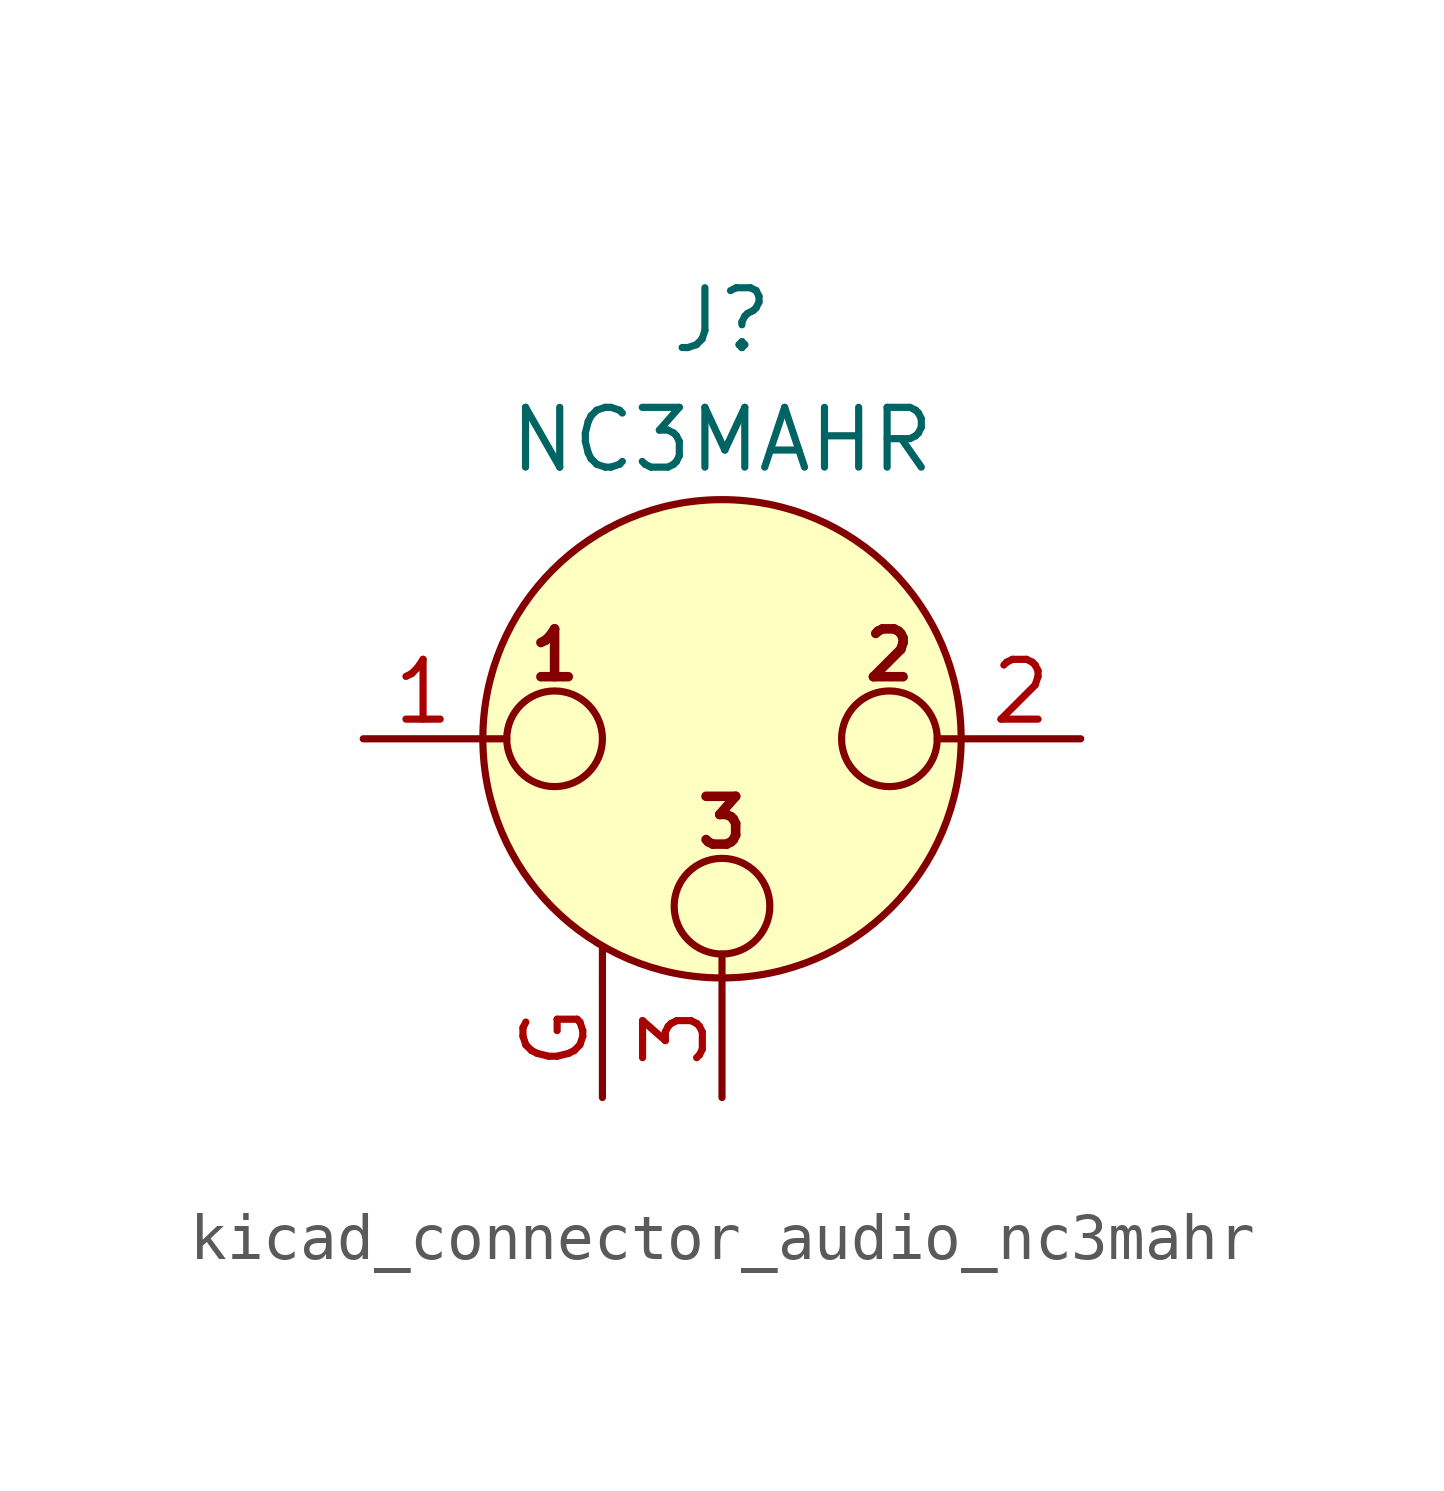
<source format=kicad_sym>
(kicad_symbol_lib
  (version 20220914)
  (generator kicad_symbol_editor)
  (symbol "kicad_connector_audio_nc3mahr"
    (pin_names hide)
    (property "Reference" "J"
      (at 0 8.89 0)
      (effects (font (size 1.27 1.27))))
    (property "Value" "NC3MAHR"
      (at 0 6.35 0)
      (effects (font (size 1.27 1.27))))
    (symbol "kicad_connector_audio_nc3mahr_0_1"
      (circle (center -3.556 0) (radius 1.016) (stroke (width 0) (type default)) (fill (type none)))
      (circle (center 0 -3.556) (radius 1.016) (stroke (width 0) (type default)) (fill (type none)))
      (polyline (pts (xy -5.08 0) (xy -4.572 0)) (stroke (width 0) (type default)) (fill (type none)))
      (polyline (pts (xy -2.54 -5.08) (xy -2.54 -4.445)) (stroke (width 0) (type default)) (fill (type none)))
      (polyline (pts (xy 0 -5.08) (xy 0 -4.572)) (stroke (width 0) (type default)) (fill (type none)))
      (polyline (pts (xy 5.08 0) (xy 4.572 0)) (stroke (width 0) (type default)) (fill (type none)))
      (circle (center 0 0) (radius 5.08) (stroke (width 0) (type default)) (fill (type background)))
      (circle (center 3.556 0) (radius 1.016) (stroke (width 0) (type default)) (fill (type none)))
      (text "1" (at -3.556 1.778 0) (effects (font (size 1.016 1.016) bold)))
      (text "2" (at 3.556 1.778 0) (effects (font (size 1.016 1.016) bold)))
      (text "3" (at 0 -1.778 0) (effects (font (size 1.016 1.016) bold)))
      (pin passive line (at -7.62 0 0) (length 2.54) (name "~" (effects (font (size 1.27 1.27)))) (number "1" (effects (font (size 1.27 1.27)))))
      (pin passive line (at 7.62 0 180) (length 2.54) (name "~" (effects (font (size 1.27 1.27)))) (number "2" (effects (font (size 1.27 1.27)))))
      (pin passive line (at 0 -7.62 90) (length 2.54) (name "~" (effects (font (size 1.27 1.27)))) (number "3" (effects (font (size 1.27 1.27))))))
    (symbol "kicad_connector_audio_nc3mahr_1_1"
      (pin passive line (at -2.54 -7.62 90) (length 2.54) (name "~" (effects (font (size 1.27 1.27)))) (number "G" (effects (font (size 1.27 1.27))))))))
</source>
